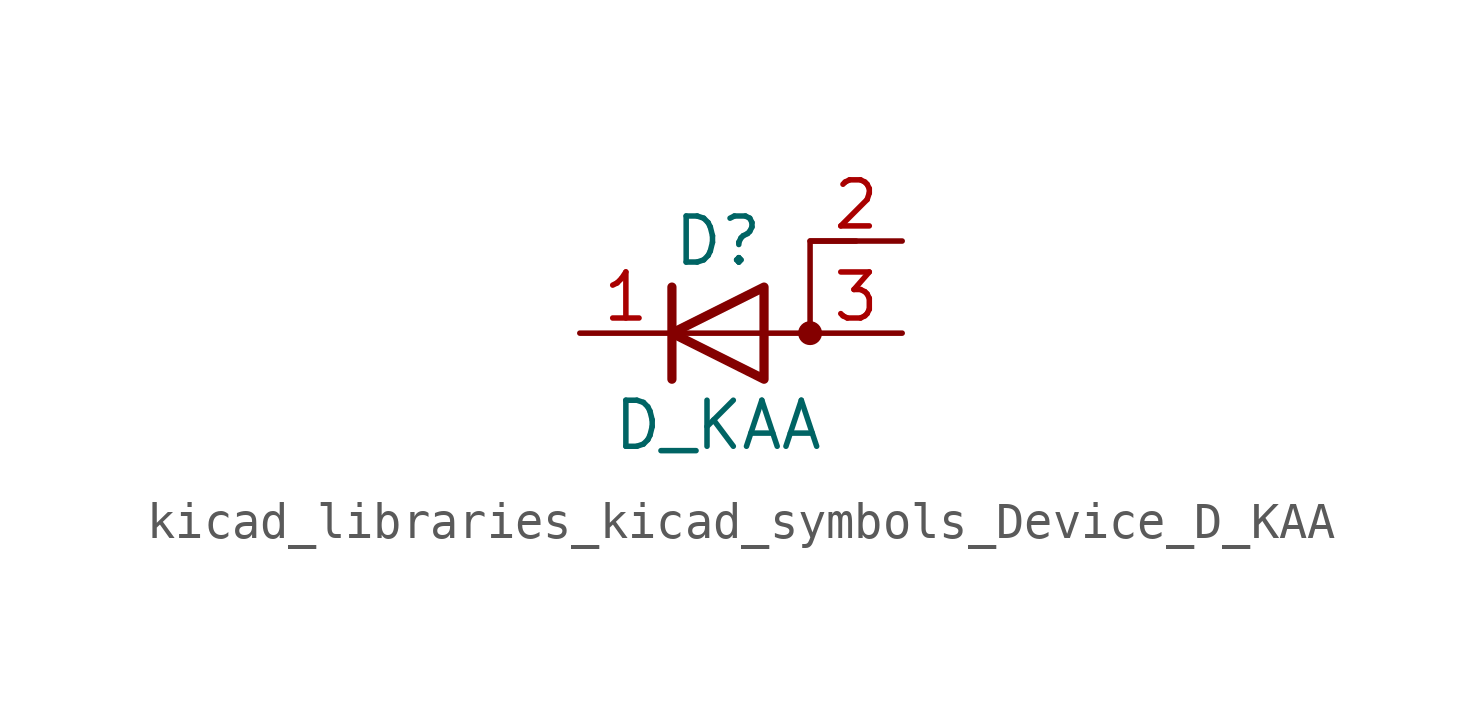
<source format=kicad_sym>
(kicad_symbol_lib
  (version 20220914)
  (generator kicad_symbol_editor)
  (symbol "kicad_libraries_kicad_symbols_Device_D_KAA"
    (pin_names
      (offset 0) hide)
    (property "Reference" "D"
      (at 0 2.54 0)
      (effects (font (size 1.27 1.27))))
    (property "Value" "D_KAA"
      (at 0 -2.54 0)
      (effects (font (size 1.27 1.27))))
    (symbol "kicad_libraries_kicad_symbols_Device_D_KAA_0_1"
      (polyline (pts (xy -1.27 1.27) (xy -1.27 -1.27)) (stroke (width 0.254) (type default)) (fill (type none)))
      (polyline (pts (xy 1.27 1.27) (xy 1.27 -1.27) (xy -1.27 0) (xy 1.27 1.27)) (stroke (width 0.254) (type default)) (fill (type none)))
      (polyline (pts (xy 3.81 2.54) (xy 2.54 2.54) (xy 2.54 0) (xy -1.27 0)) (stroke (width 0) (type default)) (fill (type none)))
      (circle (center 2.54 0) (radius 0.254) (stroke (width 0) (type default)) (fill (type outline))))
    (symbol "kicad_libraries_kicad_symbols_Device_D_KAA_1_1"
      (pin passive line (at -3.81 0 0) (length 2.54) (name "K" (effects (font (size 1.27 1.27)))) (number "1" (effects (font (size 1.27 1.27)))))
      (pin input line (at 5.08 2.54 180) (length 2.54) (name "A" (effects (font (size 1.27 1.27)))) (number "2" (effects (font (size 1.27 1.27)))))
      (pin passive line (at 5.08 0 180) (length 2.54) (name "A" (effects (font (size 1.27 1.27)))) (number "3" (effects (font (size 1.27 1.27))))))))
</source>
